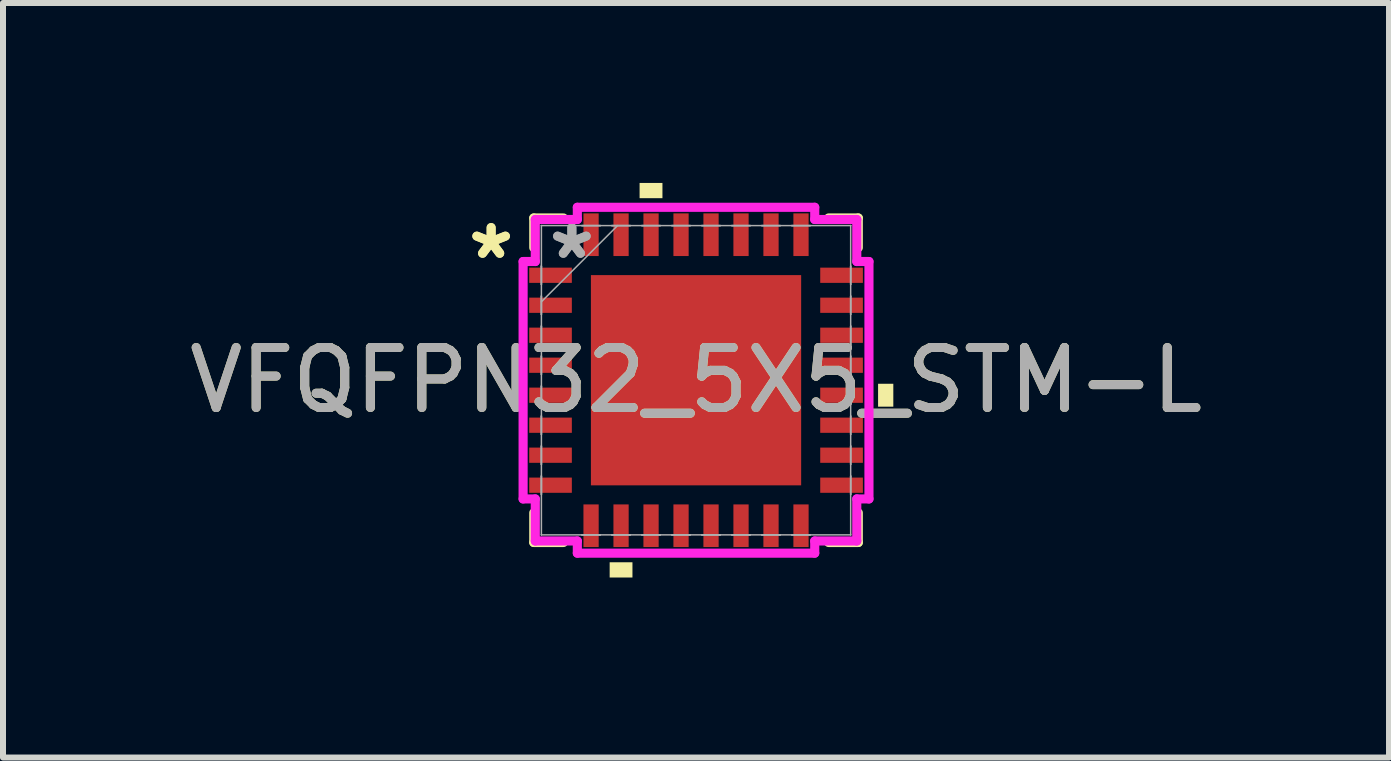
<source format=kicad_pcb>
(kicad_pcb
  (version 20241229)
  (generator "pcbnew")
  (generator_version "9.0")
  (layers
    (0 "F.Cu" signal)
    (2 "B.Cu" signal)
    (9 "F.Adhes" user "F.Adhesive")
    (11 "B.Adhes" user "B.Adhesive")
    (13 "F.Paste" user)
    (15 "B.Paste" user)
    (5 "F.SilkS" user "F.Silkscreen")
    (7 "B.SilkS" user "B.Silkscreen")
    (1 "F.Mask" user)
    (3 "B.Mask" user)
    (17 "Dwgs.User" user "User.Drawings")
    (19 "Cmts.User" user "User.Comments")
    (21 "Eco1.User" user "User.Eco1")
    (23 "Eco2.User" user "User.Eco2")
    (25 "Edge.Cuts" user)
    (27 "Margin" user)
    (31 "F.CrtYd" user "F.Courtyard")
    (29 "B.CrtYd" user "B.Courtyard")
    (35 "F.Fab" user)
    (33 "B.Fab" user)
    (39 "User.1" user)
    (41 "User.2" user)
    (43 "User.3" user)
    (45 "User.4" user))
  (footprint "VFQFPN32_5X5_STM-L"
    (layer "F.Cu")
    (at 8.554 3.289)
    (property "Reference" "VFQFPN32_5X5_STM-L" (at 0 0 0) (unlocked yes) (layer "F.SilkS") (effects (font (size 1 1) (thickness 0.15))))
    (attr smd)
    (fp_line (start -2.705 -2.705) (end -2.705 -2.21) (stroke (width 0.152) (type solid)) (layer "F.SilkS"))
    (fp_line (start -2.705 2.21) (end -2.705 2.705) (stroke (width 0.152) (type solid)) (layer "F.SilkS"))
    (fp_line (start -2.705 2.705) (end -2.21 2.705) (stroke (width 0.152) (type solid)) (layer "F.SilkS"))
    (fp_line (start -2.21 -2.705) (end -2.705 -2.705) (stroke (width 0.152) (type solid)) (layer "F.SilkS"))
    (fp_line (start 2.21 2.705) (end 2.705 2.705) (stroke (width 0.152) (type solid)) (layer "F.SilkS"))
    (fp_line (start 2.705 -2.705) (end 2.21 -2.705) (stroke (width 0.152) (type solid)) (layer "F.SilkS"))
    (fp_line (start 2.705 -2.21) (end 2.705 -2.705) (stroke (width 0.152) (type solid)) (layer "F.SilkS"))
    (fp_line (start 2.705 2.705) (end 2.705 2.21) (stroke (width 0.152) (type solid)) (layer "F.SilkS"))
    (fp_poly (pts (xy -1.44 3.035) (xy -1.44 3.289) (xy -1.06 3.289) (xy -1.06 3.035)) (stroke (width 0) (type solid)) (fill yes) (layer "F.SilkS"))
    (fp_poly (pts (xy -0.941 -3.035) (xy -0.941 -3.289) (xy -0.56 -3.289) (xy -0.56 -3.035)) (stroke (width 0) (type solid)) (fill yes) (layer "F.SilkS"))
    (fp_poly (pts (xy 3.289 0.059) (xy 3.289 0.441) (xy 3.035 0.441) (xy 3.035 0.059)) (stroke (width 0) (type solid)) (fill yes) (layer "F.SilkS"))
    (fp_poly (pts (xy -1.653 -1.653) (xy -1.653 -0.1) (xy -0.1 -0.1) (xy -0.1 -1.653)) (stroke (width 0) (type solid)) (fill yes) (layer "F.Paste"))
    (fp_poly (pts (xy -1.653 0.1) (xy -1.653 1.653) (xy -0.1 1.653) (xy -0.1 0.1)) (stroke (width 0) (type solid)) (fill yes) (layer "F.Paste"))
    (fp_poly (pts (xy 0.1 -1.653) (xy 0.1 -0.1) (xy 1.653 -0.1) (xy 1.653 -1.653)) (stroke (width 0) (type solid)) (fill yes) (layer "F.Paste"))
    (fp_poly (pts (xy 0.1 0.1) (xy 0.1 1.653) (xy 1.653 1.653) (xy 1.653 0.1)) (stroke (width 0) (type solid)) (fill yes) (layer "F.Paste"))
    (fp_line (start -2.883 -1.979) (end -2.68 -1.979) (stroke (width 0.152) (type solid)) (layer "F.CrtYd"))
    (fp_line (start -2.883 1.979) (end -2.883 -1.979) (stroke (width 0.152) (type solid)) (layer "F.CrtYd"))
    (fp_line (start -2.68 -2.68) (end -1.979 -2.68) (stroke (width 0.152) (type solid)) (layer "F.CrtYd"))
    (fp_line (start -2.68 -1.979) (end -2.68 -2.68) (stroke (width 0.152) (type solid)) (layer "F.CrtYd"))
    (fp_line (start -2.68 1.979) (end -2.883 1.979) (stroke (width 0.152) (type solid)) (layer "F.CrtYd"))
    (fp_line (start -2.68 2.68) (end -2.68 1.979) (stroke (width 0.152) (type solid)) (layer "F.CrtYd"))
    (fp_line (start -1.979 -2.883) (end 1.979 -2.883) (stroke (width 0.152) (type solid)) (layer "F.CrtYd"))
    (fp_line (start -1.979 -2.68) (end -1.979 -2.883) (stroke (width 0.152) (type solid)) (layer "F.CrtYd"))
    (fp_line (start -1.979 2.68) (end -2.68 2.68) (stroke (width 0.152) (type solid)) (layer "F.CrtYd"))
    (fp_line (start -1.979 2.883) (end -1.979 2.68) (stroke (width 0.152) (type solid)) (layer "F.CrtYd"))
    (fp_line (start 1.979 -2.883) (end 1.979 -2.68) (stroke (width 0.152) (type solid)) (layer "F.CrtYd"))
    (fp_line (start 1.979 -2.68) (end 2.68 -2.68) (stroke (width 0.152) (type solid)) (layer "F.CrtYd"))
    (fp_line (start 1.979 2.68) (end 1.979 2.883) (stroke (width 0.152) (type solid)) (layer "F.CrtYd"))
    (fp_line (start 1.979 2.883) (end -1.979 2.883) (stroke (width 0.152) (type solid)) (layer "F.CrtYd"))
    (fp_line (start 2.68 -2.68) (end 2.68 -1.979) (stroke (width 0.152) (type solid)) (layer "F.CrtYd"))
    (fp_line (start 2.68 -1.979) (end 2.883 -1.979) (stroke (width 0.152) (type solid)) (layer "F.CrtYd"))
    (fp_line (start 2.68 1.979) (end 2.68 2.68) (stroke (width 0.152) (type solid)) (layer "F.CrtYd"))
    (fp_line (start 2.68 2.68) (end 1.979 2.68) (stroke (width 0.152) (type solid)) (layer "F.CrtYd"))
    (fp_line (start 2.883 -1.979) (end 2.883 1.979) (stroke (width 0.152) (type solid)) (layer "F.CrtYd"))
    (fp_line (start 2.883 1.979) (end 2.68 1.979) (stroke (width 0.152) (type solid)) (layer "F.CrtYd"))
    (fp_line (start -2.578 -2.578) (end -2.578 -2.578) (stroke (width 0.025) (type solid)) (layer "F.Fab"))
    (fp_line (start -2.578 -2.578) (end -2.578 2.578) (stroke (width 0.025) (type solid)) (layer "F.Fab"))
    (fp_line (start -2.578 -1.902) (end -2.578 -1.902) (stroke (width 0.025) (type solid)) (layer "F.Fab"))
    (fp_line (start -2.578 -1.902) (end -2.578 -1.598) (stroke (width 0.025) (type solid)) (layer "F.Fab"))
    (fp_line (start -2.578 -1.598) (end -2.578 -1.902) (stroke (width 0.025) (type solid)) (layer "F.Fab"))
    (fp_line (start -2.578 -1.598) (end -2.578 -1.598) (stroke (width 0.025) (type solid)) (layer "F.Fab"))
    (fp_line (start -2.578 -1.402) (end -2.578 -1.402) (stroke (width 0.025) (type solid)) (layer "F.Fab"))
    (fp_line (start -2.578 -1.402) (end -2.578 -1.098) (stroke (width 0.025) (type solid)) (layer "F.Fab"))
    (fp_line (start -2.578 -1.308) (end -1.308 -2.578) (stroke (width 0.025) (type solid)) (layer "F.Fab"))
    (fp_line (start -2.578 -1.098) (end -2.578 -1.402) (stroke (width 0.025) (type solid)) (layer "F.Fab"))
    (fp_line (start -2.578 -1.098) (end -2.578 -1.098) (stroke (width 0.025) (type solid)) (layer "F.Fab"))
    (fp_line (start -2.578 -0.902) (end -2.578 -0.902) (stroke (width 0.025) (type solid)) (layer "F.Fab"))
    (fp_line (start -2.578 -0.902) (end -2.578 -0.598) (stroke (width 0.025) (type solid)) (layer "F.Fab"))
    (fp_line (start -2.578 -0.598) (end -2.578 -0.902) (stroke (width 0.025) (type solid)) (layer "F.Fab"))
    (fp_line (start -2.578 -0.598) (end -2.578 -0.598) (stroke (width 0.025) (type solid)) (layer "F.Fab"))
    (fp_line (start -2.578 -0.402) (end -2.578 -0.402) (stroke (width 0.025) (type solid)) (layer "F.Fab"))
    (fp_line (start -2.578 -0.402) (end -2.578 -0.098) (stroke (width 0.025) (type solid)) (layer "F.Fab"))
    (fp_line (start -2.578 -0.098) (end -2.578 -0.402) (stroke (width 0.025) (type solid)) (layer "F.Fab"))
    (fp_line (start -2.578 -0.098) (end -2.578 -0.098) (stroke (width 0.025) (type solid)) (layer "F.Fab"))
    (fp_line (start -2.578 0.098) (end -2.578 0.098) (stroke (width 0.025) (type solid)) (layer "F.Fab"))
    (fp_line (start -2.578 0.098) (end -2.578 0.402) (stroke (width 0.025) (type solid)) (layer "F.Fab"))
    (fp_line (start -2.578 0.402) (end -2.578 0.098) (stroke (width 0.025) (type solid)) (layer "F.Fab"))
    (fp_line (start -2.578 0.402) (end -2.578 0.402) (stroke (width 0.025) (type solid)) (layer "F.Fab"))
    (fp_line (start -2.578 0.598) (end -2.578 0.598) (stroke (width 0.025) (type solid)) (layer "F.Fab"))
    (fp_line (start -2.578 0.598) (end -2.578 0.902) (stroke (width 0.025) (type solid)) (layer "F.Fab"))
    (fp_line (start -2.578 0.902) (end -2.578 0.598) (stroke (width 0.025) (type solid)) (layer "F.Fab"))
    (fp_line (start -2.578 0.902) (end -2.578 0.902) (stroke (width 0.025) (type solid)) (layer "F.Fab"))
    (fp_line (start -2.578 1.098) (end -2.578 1.098) (stroke (width 0.025) (type solid)) (layer "F.Fab"))
    (fp_line (start -2.578 1.098) (end -2.578 1.402) (stroke (width 0.025) (type solid)) (layer "F.Fab"))
    (fp_line (start -2.578 1.402) (end -2.578 1.098) (stroke (width 0.025) (type solid)) (layer "F.Fab"))
    (fp_line (start -2.578 1.402) (end -2.578 1.402) (stroke (width 0.025) (type solid)) (layer "F.Fab"))
    (fp_line (start -2.578 1.598) (end -2.578 1.598) (stroke (width 0.025) (type solid)) (layer "F.Fab"))
    (fp_line (start -2.578 1.598) (end -2.578 1.902) (stroke (width 0.025) (type solid)) (layer "F.Fab"))
    (fp_line (start -2.578 1.902) (end -2.578 1.598) (stroke (width 0.025) (type solid)) (layer "F.Fab"))
    (fp_line (start -2.578 1.902) (end -2.578 1.902) (stroke (width 0.025) (type solid)) (layer "F.Fab"))
    (fp_line (start -2.578 2.578) (end -2.578 2.578) (stroke (width 0.025) (type solid)) (layer "F.Fab"))
    (fp_line (start -2.578 2.578) (end 2.578 2.578) (stroke (width 0.025) (type solid)) (layer "F.Fab"))
    (fp_line (start -1.902 -2.578) (end -1.902 -2.578) (stroke (width 0.025) (type solid)) (layer "F.Fab"))
    (fp_line (start -1.902 -2.578) (end -1.598 -2.578) (stroke (width 0.025) (type solid)) (layer "F.Fab"))
    (fp_line (start -1.902 2.578) (end -1.902 2.578) (stroke (width 0.025) (type solid)) (layer "F.Fab"))
    (fp_line (start -1.902 2.578) (end -1.598 2.578) (stroke (width 0.025) (type solid)) (layer "F.Fab"))
    (fp_line (start -1.598 -2.578) (end -1.902 -2.578) (stroke (width 0.025) (type solid)) (layer "F.Fab"))
    (fp_line (start -1.598 -2.578) (end -1.598 -2.578) (stroke (width 0.025) (type solid)) (layer "F.Fab"))
    (fp_line (start -1.598 2.578) (end -1.902 2.578) (stroke (width 0.025) (type solid)) (layer "F.Fab"))
    (fp_line (start -1.598 2.578) (end -1.598 2.578) (stroke (width 0.025) (type solid)) (layer "F.Fab"))
    (fp_line (start -1.402 -2.578) (end -1.402 -2.578) (stroke (width 0.025) (type solid)) (layer "F.Fab"))
    (fp_line (start -1.402 -2.578) (end -1.098 -2.578) (stroke (width 0.025) (type solid)) (layer "F.Fab"))
    (fp_line (start -1.402 2.578) (end -1.402 2.578) (stroke (width 0.025) (type solid)) (layer "F.Fab"))
    (fp_line (start -1.402 2.578) (end -1.098 2.578) (stroke (width 0.025) (type solid)) (layer "F.Fab"))
    (fp_line (start -1.098 -2.578) (end -1.402 -2.578) (stroke (width 0.025) (type solid)) (layer "F.Fab"))
    (fp_line (start -1.098 -2.578) (end -1.098 -2.578) (stroke (width 0.025) (type solid)) (layer "F.Fab"))
    (fp_line (start -1.098 2.578) (end -1.402 2.578) (stroke (width 0.025) (type solid)) (layer "F.Fab"))
    (fp_line (start -1.098 2.578) (end -1.098 2.578) (stroke (width 0.025) (type solid)) (layer "F.Fab"))
    (fp_line (start -0.902 -2.578) (end -0.902 -2.578) (stroke (width 0.025) (type solid)) (layer "F.Fab"))
    (fp_line (start -0.902 -2.578) (end -0.598 -2.578) (stroke (width 0.025) (type solid)) (layer "F.Fab"))
    (fp_line (start -0.902 2.578) (end -0.902 2.578) (stroke (width 0.025) (type solid)) (layer "F.Fab"))
    (fp_line (start -0.902 2.578) (end -0.598 2.578) (stroke (width 0.025) (type solid)) (layer "F.Fab"))
    (fp_line (start -0.598 -2.578) (end -0.902 -2.578) (stroke (width 0.025) (type solid)) (layer "F.Fab"))
    (fp_line (start -0.598 -2.578) (end -0.598 -2.578) (stroke (width 0.025) (type solid)) (layer "F.Fab"))
    (fp_line (start -0.598 2.578) (end -0.902 2.578) (stroke (width 0.025) (type solid)) (layer "F.Fab"))
    (fp_line (start -0.598 2.578) (end -0.598 2.578) (stroke (width 0.025) (type solid)) (layer "F.Fab"))
    (fp_line (start -0.402 -2.578) (end -0.402 -2.578) (stroke (width 0.025) (type solid)) (layer "F.Fab"))
    (fp_line (start -0.402 -2.578) (end -0.098 -2.578) (stroke (width 0.025) (type solid)) (layer "F.Fab"))
    (fp_line (start -0.402 2.578) (end -0.402 2.578) (stroke (width 0.025) (type solid)) (layer "F.Fab"))
    (fp_line (start -0.402 2.578) (end -0.098 2.578) (stroke (width 0.025) (type solid)) (layer "F.Fab"))
    (fp_line (start -0.098 -2.578) (end -0.402 -2.578) (stroke (width 0.025) (type solid)) (layer "F.Fab"))
    (fp_line (start -0.098 -2.578) (end -0.098 -2.578) (stroke (width 0.025) (type solid)) (layer "F.Fab"))
    (fp_line (start -0.098 2.578) (end -0.402 2.578) (stroke (width 0.025) (type solid)) (layer "F.Fab"))
    (fp_line (start -0.098 2.578) (end -0.098 2.578) (stroke (width 0.025) (type solid)) (layer "F.Fab"))
    (fp_line (start 0.098 -2.578) (end 0.098 -2.578) (stroke (width 0.025) (type solid)) (layer "F.Fab"))
    (fp_line (start 0.098 -2.578) (end 0.402 -2.578) (stroke (width 0.025) (type solid)) (layer "F.Fab"))
    (fp_line (start 0.098 2.578) (end 0.098 2.578) (stroke (width 0.025) (type solid)) (layer "F.Fab"))
    (fp_line (start 0.098 2.578) (end 0.402 2.578) (stroke (width 0.025) (type solid)) (layer "F.Fab"))
    (fp_line (start 0.402 -2.578) (end 0.098 -2.578) (stroke (width 0.025) (type solid)) (layer "F.Fab"))
    (fp_line (start 0.402 -2.578) (end 0.402 -2.578) (stroke (width 0.025) (type solid)) (layer "F.Fab"))
    (fp_line (start 0.402 2.578) (end 0.098 2.578) (stroke (width 0.025) (type solid)) (layer "F.Fab"))
    (fp_line (start 0.402 2.578) (end 0.402 2.578) (stroke (width 0.025) (type solid)) (layer "F.Fab"))
    (fp_line (start 0.598 -2.578) (end 0.598 -2.578) (stroke (width 0.025) (type solid)) (layer "F.Fab"))
    (fp_line (start 0.598 -2.578) (end 0.902 -2.578) (stroke (width 0.025) (type solid)) (layer "F.Fab"))
    (fp_line (start 0.598 2.578) (end 0.598 2.578) (stroke (width 0.025) (type solid)) (layer "F.Fab"))
    (fp_line (start 0.598 2.578) (end 0.902 2.578) (stroke (width 0.025) (type solid)) (layer "F.Fab"))
    (fp_line (start 0.902 -2.578) (end 0.598 -2.578) (stroke (width 0.025) (type solid)) (layer "F.Fab"))
    (fp_line (start 0.902 -2.578) (end 0.902 -2.578) (stroke (width 0.025) (type solid)) (layer "F.Fab"))
    (fp_line (start 0.902 2.578) (end 0.598 2.578) (stroke (width 0.025) (type solid)) (layer "F.Fab"))
    (fp_line (start 0.902 2.578) (end 0.902 2.578) (stroke (width 0.025) (type solid)) (layer "F.Fab"))
    (fp_line (start 1.098 -2.578) (end 1.098 -2.578) (stroke (width 0.025) (type solid)) (layer "F.Fab"))
    (fp_line (start 1.098 -2.578) (end 1.402 -2.578) (stroke (width 0.025) (type solid)) (layer "F.Fab"))
    (fp_line (start 1.098 2.578) (end 1.098 2.578) (stroke (width 0.025) (type solid)) (layer "F.Fab"))
    (fp_line (start 1.098 2.578) (end 1.402 2.578) (stroke (width 0.025) (type solid)) (layer "F.Fab"))
    (fp_line (start 1.402 -2.578) (end 1.098 -2.578) (stroke (width 0.025) (type solid)) (layer "F.Fab"))
    (fp_line (start 1.402 -2.578) (end 1.402 -2.578) (stroke (width 0.025) (type solid)) (layer "F.Fab"))
    (fp_line (start 1.402 2.578) (end 1.098 2.578) (stroke (width 0.025) (type solid)) (layer "F.Fab"))
    (fp_line (start 1.402 2.578) (end 1.402 2.578) (stroke (width 0.025) (type solid)) (layer "F.Fab"))
    (fp_line (start 1.598 -2.578) (end 1.598 -2.578) (stroke (width 0.025) (type solid)) (layer "F.Fab"))
    (fp_line (start 1.598 -2.578) (end 1.902 -2.578) (stroke (width 0.025) (type solid)) (layer "F.Fab"))
    (fp_line (start 1.598 2.578) (end 1.598 2.578) (stroke (width 0.025) (type solid)) (layer "F.Fab"))
    (fp_line (start 1.598 2.578) (end 1.902 2.578) (stroke (width 0.025) (type solid)) (layer "F.Fab"))
    (fp_line (start 1.902 -2.578) (end 1.598 -2.578) (stroke (width 0.025) (type solid)) (layer "F.Fab"))
    (fp_line (start 1.902 -2.578) (end 1.902 -2.578) (stroke (width 0.025) (type solid)) (layer "F.Fab"))
    (fp_line (start 1.902 2.578) (end 1.598 2.578) (stroke (width 0.025) (type solid)) (layer "F.Fab"))
    (fp_line (start 1.902 2.578) (end 1.902 2.578) (stroke (width 0.025) (type solid)) (layer "F.Fab"))
    (fp_line (start 2.578 -2.578) (end -2.578 -2.578) (stroke (width 0.025) (type solid)) (layer "F.Fab"))
    (fp_line (start 2.578 -2.578) (end 2.578 -2.578) (stroke (width 0.025) (type solid)) (layer "F.Fab"))
    (fp_line (start 2.578 -1.902) (end 2.578 -1.902) (stroke (width 0.025) (type solid)) (layer "F.Fab"))
    (fp_line (start 2.578 -1.902) (end 2.578 -1.598) (stroke (width 0.025) (type solid)) (layer "F.Fab"))
    (fp_line (start 2.578 -1.598) (end 2.578 -1.902) (stroke (width 0.025) (type solid)) (layer "F.Fab"))
    (fp_line (start 2.578 -1.598) (end 2.578 -1.598) (stroke (width 0.025) (type solid)) (layer "F.Fab"))
    (fp_line (start 2.578 -1.402) (end 2.578 -1.402) (stroke (width 0.025) (type solid)) (layer "F.Fab"))
    (fp_line (start 2.578 -1.402) (end 2.578 -1.098) (stroke (width 0.025) (type solid)) (layer "F.Fab"))
    (fp_line (start 2.578 -1.098) (end 2.578 -1.402) (stroke (width 0.025) (type solid)) (layer "F.Fab"))
    (fp_line (start 2.578 -1.098) (end 2.578 -1.098) (stroke (width 0.025) (type solid)) (layer "F.Fab"))
    (fp_line (start 2.578 -0.902) (end 2.578 -0.902) (stroke (width 0.025) (type solid)) (layer "F.Fab"))
    (fp_line (start 2.578 -0.902) (end 2.578 -0.598) (stroke (width 0.025) (type solid)) (layer "F.Fab"))
    (fp_line (start 2.578 -0.598) (end 2.578 -0.902) (stroke (width 0.025) (type solid)) (layer "F.Fab"))
    (fp_line (start 2.578 -0.598) (end 2.578 -0.598) (stroke (width 0.025) (type solid)) (layer "F.Fab"))
    (fp_line (start 2.578 -0.402) (end 2.578 -0.402) (stroke (width 0.025) (type solid)) (layer "F.Fab"))
    (fp_line (start 2.578 -0.402) (end 2.578 -0.098) (stroke (width 0.025) (type solid)) (layer "F.Fab"))
    (fp_line (start 2.578 -0.098) (end 2.578 -0.402) (stroke (width 0.025) (type solid)) (layer "F.Fab"))
    (fp_line (start 2.578 -0.098) (end 2.578 -0.098) (stroke (width 0.025) (type solid)) (layer "F.Fab"))
    (fp_line (start 2.578 0.098) (end 2.578 0.098) (stroke (width 0.025) (type solid)) (layer "F.Fab"))
    (fp_line (start 2.578 0.098) (end 2.578 0.402) (stroke (width 0.025) (type solid)) (layer "F.Fab"))
    (fp_line (start 2.578 0.402) (end 2.578 0.098) (stroke (width 0.025) (type solid)) (layer "F.Fab"))
    (fp_line (start 2.578 0.402) (end 2.578 0.402) (stroke (width 0.025) (type solid)) (layer "F.Fab"))
    (fp_line (start 2.578 0.598) (end 2.578 0.598) (stroke (width 0.025) (type solid)) (layer "F.Fab"))
    (fp_line (start 2.578 0.598) (end 2.578 0.902) (stroke (width 0.025) (type solid)) (layer "F.Fab"))
    (fp_line (start 2.578 0.902) (end 2.578 0.598) (stroke (width 0.025) (type solid)) (layer "F.Fab"))
    (fp_line (start 2.578 0.902) (end 2.578 0.902) (stroke (width 0.025) (type solid)) (layer "F.Fab"))
    (fp_line (start 2.578 1.098) (end 2.578 1.098) (stroke (width 0.025) (type solid)) (layer "F.Fab"))
    (fp_line (start 2.578 1.098) (end 2.578 1.402) (stroke (width 0.025) (type solid)) (layer "F.Fab"))
    (fp_line (start 2.578 1.402) (end 2.578 1.098) (stroke (width 0.025) (type solid)) (layer "F.Fab"))
    (fp_line (start 2.578 1.402) (end 2.578 1.402) (stroke (width 0.025) (type solid)) (layer "F.Fab"))
    (fp_line (start 2.578 1.598) (end 2.578 1.598) (stroke (width 0.025) (type solid)) (layer "F.Fab"))
    (fp_line (start 2.578 1.598) (end 2.578 1.902) (stroke (width 0.025) (type solid)) (layer "F.Fab"))
    (fp_line (start 2.578 1.902) (end 2.578 1.598) (stroke (width 0.025) (type solid)) (layer "F.Fab"))
    (fp_line (start 2.578 1.902) (end 2.578 1.902) (stroke (width 0.025) (type solid)) (layer "F.Fab"))
    (fp_line (start 2.578 2.578) (end 2.578 -2.578) (stroke (width 0.025) (type solid)) (layer "F.Fab"))
    (fp_line (start 2.578 2.578) (end 2.578 2.578) (stroke (width 0.025) (type solid)) (layer "F.Fab"))
    (fp_text user "*" (at -3.416 -2 0) (layer "F.SilkS") (effects (font (size 1 1) (thickness 0.15))))
    (fp_text user "*" (at -3.416 -2 0) (unlocked yes) (layer "F.SilkS") (effects (font (size 1 1) (thickness 0.15))))
    (fp_text user "*" (at -2.07 -2 0) (unlocked yes) (layer "F.Fab") (effects (font (size 1 1) (thickness 0.15))))
    (fp_text user "${REFERENCE}" (at 0 0 0) (unlocked yes) (layer "F.Fab") (effects (font (size 1 1) (thickness 0.15))))
    (fp_text user "*" (at -2.07 -2 0) (layer "F.Fab") (effects (font (size 1 1) (thickness 0.15))))
    (pad "1" smd rect (at -2.426 -1.75 90) (size 0.254 0.711) (layers "F.Cu" "F.Mask" "F.Paste"))
    (pad "2" smd rect (at -2.426 -1.25 90) (size 0.254 0.711) (layers "F.Cu" "F.Mask" "F.Paste"))
    (pad "3" smd rect (at -2.426 -0.75 90) (size 0.254 0.711) (layers "F.Cu" "F.Mask" "F.Paste"))
    (pad "4" smd rect (at -2.426 -0.25 90) (size 0.254 0.711) (layers "F.Cu" "F.Mask" "F.Paste"))
    (pad "5" smd rect (at -2.426 0.25 90) (size 0.254 0.711) (layers "F.Cu" "F.Mask" "F.Paste"))
    (pad "6" smd rect (at -2.426 0.75 90) (size 0.254 0.711) (layers "F.Cu" "F.Mask" "F.Paste"))
    (pad "7" smd rect (at -2.426 1.25 90) (size 0.254 0.711) (layers "F.Cu" "F.Mask" "F.Paste"))
    (pad "8" smd rect (at -2.426 1.75 90) (size 0.254 0.711) (layers "F.Cu" "F.Mask" "F.Paste"))
    (pad "9" smd rect (at -1.75 2.426) (size 0.254 0.711) (layers "F.Cu" "F.Mask" "F.Paste"))
    (pad "10" smd rect (at -1.25 2.426) (size 0.254 0.711) (layers "F.Cu" "F.Mask" "F.Paste"))
    (pad "11" smd rect (at -0.75 2.426) (size 0.254 0.711) (layers "F.Cu" "F.Mask" "F.Paste"))
    (pad "12" smd rect (at -0.25 2.426) (size 0.254 0.711) (layers "F.Cu" "F.Mask" "F.Paste"))
    (pad "13" smd rect (at 0.25 2.426) (size 0.254 0.711) (layers "F.Cu" "F.Mask" "F.Paste"))
    (pad "14" smd rect (at 0.75 2.426) (size 0.254 0.711) (layers "F.Cu" "F.Mask" "F.Paste"))
    (pad "15" smd rect (at 1.25 2.426) (size 0.254 0.711) (layers "F.Cu" "F.Mask" "F.Paste"))
    (pad "16" smd rect (at 1.75 2.426) (size 0.254 0.711) (layers "F.Cu" "F.Mask" "F.Paste"))
    (pad "17" smd rect (at 2.426 1.75 90) (size 0.254 0.711) (layers "F.Cu" "F.Mask" "F.Paste"))
    (pad "18" smd rect (at 2.426 1.25 90) (size 0.254 0.711) (layers "F.Cu" "F.Mask" "F.Paste"))
    (pad "19" smd rect (at 2.426 0.75 90) (size 0.254 0.711) (layers "F.Cu" "F.Mask" "F.Paste"))
    (pad "20" smd rect (at 2.426 0.25 90) (size 0.254 0.711) (layers "F.Cu" "F.Mask" "F.Paste"))
    (pad "21" smd rect (at 2.426 -0.25 90) (size 0.254 0.711) (layers "F.Cu" "F.Mask" "F.Paste"))
    (pad "22" smd rect (at 2.426 -0.75 90) (size 0.254 0.711) (layers "F.Cu" "F.Mask" "F.Paste"))
    (pad "23" smd rect (at 2.426 -1.25 90) (size 0.254 0.711) (layers "F.Cu" "F.Mask" "F.Paste"))
    (pad "24" smd rect (at 2.426 -1.75 90) (size 0.254 0.711) (layers "F.Cu" "F.Mask" "F.Paste"))
    (pad "25" smd rect (at 1.75 -2.426) (size 0.254 0.711) (layers "F.Cu" "F.Mask" "F.Paste"))
    (pad "26" smd rect (at 1.25 -2.426) (size 0.254 0.711) (layers "F.Cu" "F.Mask" "F.Paste"))
    (pad "27" smd rect (at 0.75 -2.426) (size 0.254 0.711) (layers "F.Cu" "F.Mask" "F.Paste"))
    (pad "28" smd rect (at 0.25 -2.426) (size 0.254 0.711) (layers "F.Cu" "F.Mask" "F.Paste"))
    (pad "29" smd rect (at -0.25 -2.426) (size 0.254 0.711) (layers "F.Cu" "F.Mask" "F.Paste"))
    (pad "30" smd rect (at -0.75 -2.426) (size 0.254 0.711) (layers "F.Cu" "F.Mask" "F.Paste"))
    (pad "31" smd rect (at -1.25 -2.426) (size 0.254 0.711) (layers "F.Cu" "F.Mask" "F.Paste"))
    (pad "32" smd rect (at -1.75 -2.426) (size 0.254 0.711) (layers "F.Cu" "F.Mask" "F.Paste"))
    (pad "33" smd rect (at 0 0) (size 3.505 3.505) (layers "F.Cu" "F.Mask")))
  (gr_rect
    (start -3 -3)
    (end 20.107 9.579)
    (stroke (width 0.1) (type default))
    (fill no)
    (layer "Edge.Cuts")))
</source>
